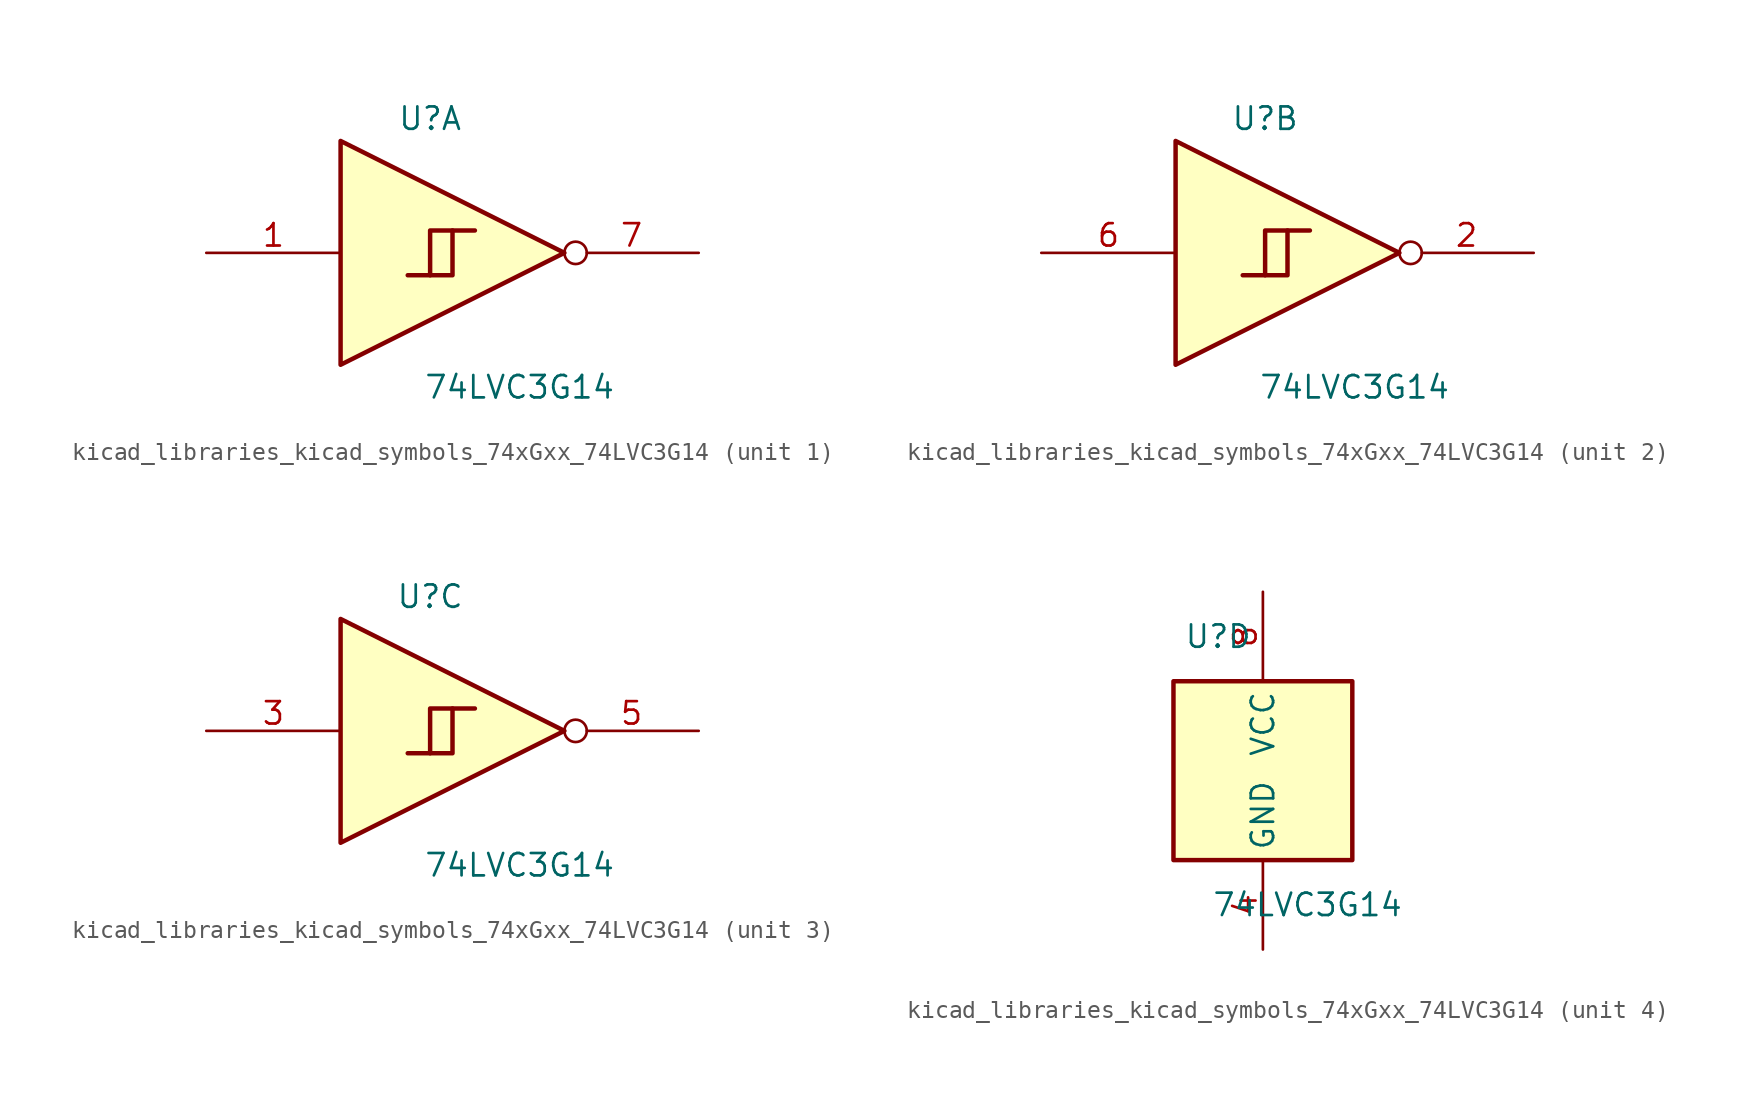
<source format=kicad_sym>
(kicad_symbol_lib
  (version 20220914)
  (generator kicad_symbol_editor)
  (symbol "kicad_libraries_kicad_symbols_74xGxx_74LVC3G14"
    (property "Reference" "U"
      (at -2.54 7.62 0)
      (effects (font (size 1.27 1.27))))
    (property "Value" "74LVC3G14"
      (at 2.54 -7.62 0)
      (effects (font (size 1.27 1.27))))
    (symbol "kicad_libraries_kicad_symbols_74xGxx_74LVC3G14_1_1"
      (polyline (pts (xy -2.54 -1.27) (xy -1.27 -1.27) (xy -1.27 1.27)) (stroke (width 0.254) (type default)) (fill (type background)))
      (polyline (pts (xy -7.62 6.35) (xy -7.62 -6.35) (xy 5.08 0) (xy -7.62 6.35)) (stroke (width 0.254) (type default)) (fill (type background)))
      (polyline (pts (xy -3.81 -1.27) (xy -2.54 -1.27) (xy -2.54 1.27) (xy 0 1.27)) (stroke (width 0.254) (type default)) (fill (type background)))
      (pin input line (at -15.24 0 0) (length 7.62) (name "~" (effects (font (size 1.27 1.27)))) (number "1" (effects (font (size 1.27 1.27)))))
      (pin output inverted (at 12.7 0 180) (length 7.62) (name "~" (effects (font (size 1.27 1.27)))) (number "7" (effects (font (size 1.27 1.27))))))
    (symbol "kicad_libraries_kicad_symbols_74xGxx_74LVC3G14_2_1"
      (polyline (pts (xy -2.54 -1.27) (xy -1.27 -1.27) (xy -1.27 1.27)) (stroke (width 0.254) (type default)) (fill (type background)))
      (polyline (pts (xy -7.62 6.35) (xy -7.62 -6.35) (xy 5.08 0) (xy -7.62 6.35)) (stroke (width 0.254) (type default)) (fill (type background)))
      (polyline (pts (xy -3.81 -1.27) (xy -2.54 -1.27) (xy -2.54 1.27) (xy 0 1.27)) (stroke (width 0.254) (type default)) (fill (type background)))
      (pin output inverted (at 12.7 0 180) (length 7.62) (name "~" (effects (font (size 1.27 1.27)))) (number "2" (effects (font (size 1.27 1.27)))))
      (pin input line (at -15.24 0 0) (length 7.62) (name "~" (effects (font (size 1.27 1.27)))) (number "6" (effects (font (size 1.27 1.27))))))
    (symbol "kicad_libraries_kicad_symbols_74xGxx_74LVC3G14_3_1"
      (polyline (pts (xy -2.54 -1.27) (xy -1.27 -1.27) (xy -1.27 1.27)) (stroke (width 0.254) (type default)) (fill (type background)))
      (polyline (pts (xy -7.62 6.35) (xy -7.62 -6.35) (xy 5.08 0) (xy -7.62 6.35)) (stroke (width 0.254) (type default)) (fill (type background)))
      (polyline (pts (xy -3.81 -1.27) (xy -2.54 -1.27) (xy -2.54 1.27) (xy 0 1.27)) (stroke (width 0.254) (type default)) (fill (type background)))
      (pin input line (at -15.24 0 0) (length 7.62) (name "~" (effects (font (size 1.27 1.27)))) (number "3" (effects (font (size 1.27 1.27)))))
      (pin output inverted (at 12.7 0 180) (length 7.62) (name "~" (effects (font (size 1.27 1.27)))) (number "5" (effects (font (size 1.27 1.27))))))
    (symbol "kicad_libraries_kicad_symbols_74xGxx_74LVC3G14_4_0"
      (rectangle (start -5.08 -5.08) (end 5.08 5.08) (stroke (width 0.254) (type default)) (fill (type background))))
    (symbol "kicad_libraries_kicad_symbols_74xGxx_74LVC3G14_4_1"
      (pin power_in line (at 0 -10.16 90) (length 5.08) (name "GND" (effects (font (size 1.27 1.27)))) (number "4" (effects (font (size 1.27 1.27)))))
      (pin power_in line (at 0 10.16 270) (length 5.08) (name "VCC" (effects (font (size 1.27 1.27)))) (number "8" (effects (font (size 1.27 1.27))))))))
</source>
